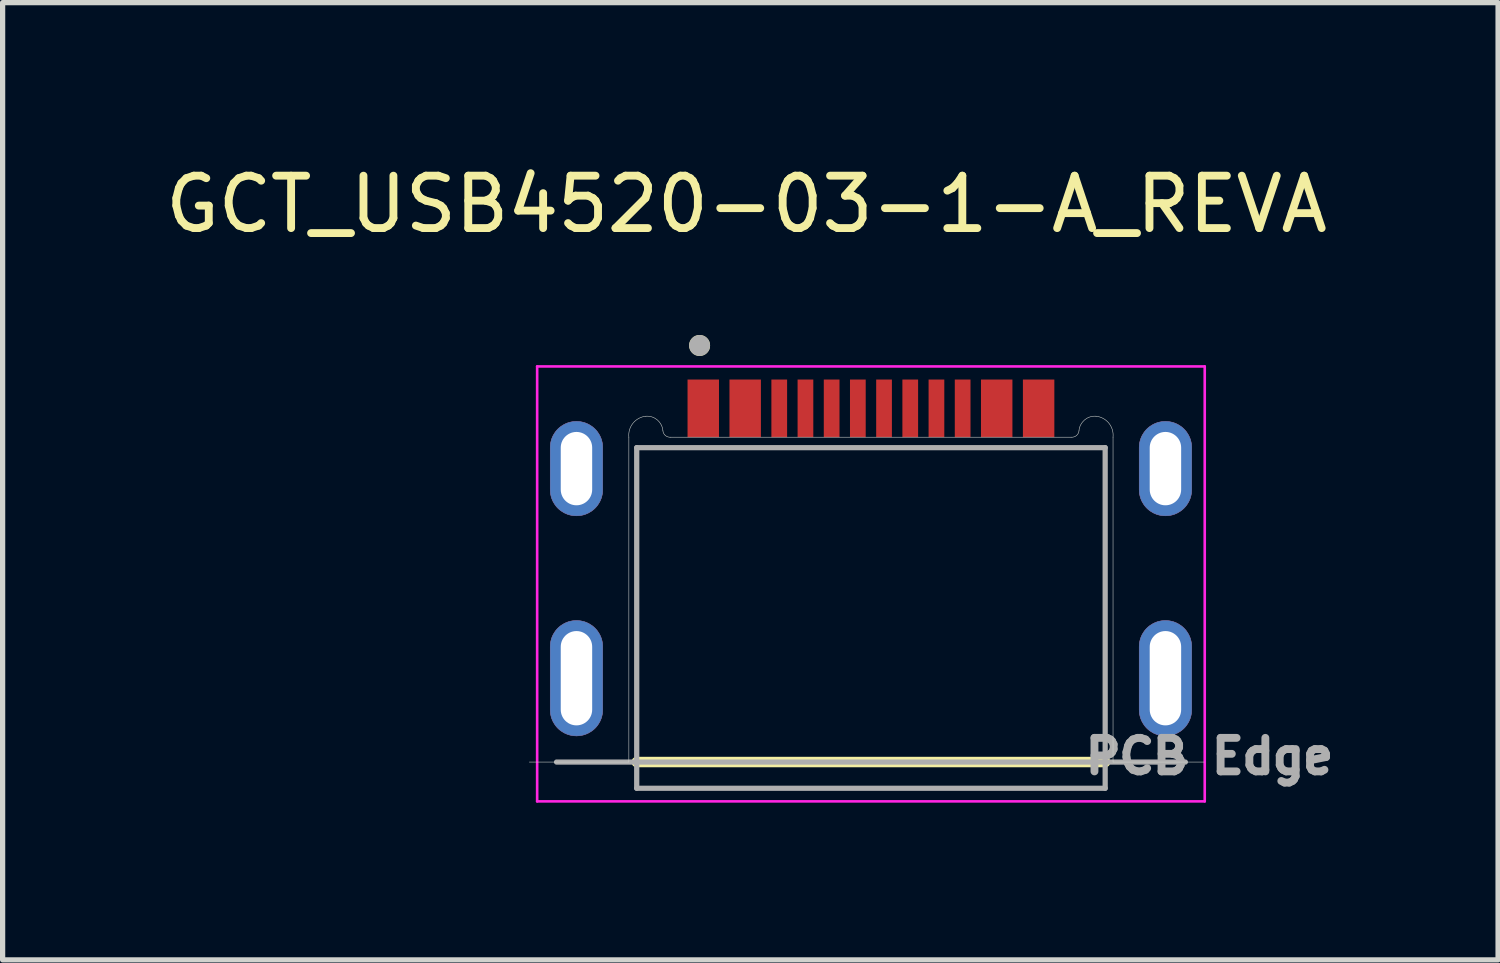
<source format=kicad_pcb>
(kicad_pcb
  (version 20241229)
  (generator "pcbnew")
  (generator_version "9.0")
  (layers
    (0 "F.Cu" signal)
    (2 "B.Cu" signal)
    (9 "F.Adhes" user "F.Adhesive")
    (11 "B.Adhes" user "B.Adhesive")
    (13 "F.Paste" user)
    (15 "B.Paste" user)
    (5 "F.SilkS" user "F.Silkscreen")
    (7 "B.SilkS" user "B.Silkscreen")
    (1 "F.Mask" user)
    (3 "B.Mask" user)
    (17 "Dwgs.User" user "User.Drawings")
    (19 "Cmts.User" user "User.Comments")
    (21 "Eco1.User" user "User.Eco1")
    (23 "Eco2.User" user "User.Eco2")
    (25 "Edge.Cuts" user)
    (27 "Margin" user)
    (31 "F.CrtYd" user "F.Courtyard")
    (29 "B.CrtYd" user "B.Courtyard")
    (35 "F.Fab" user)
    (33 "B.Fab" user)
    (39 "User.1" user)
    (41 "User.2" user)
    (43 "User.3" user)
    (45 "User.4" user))
  (footprint "GCT_USB4520-03-1-A_REVA"
    (layer "F.Cu")
    (at 13.571 9.893)
    (property "Reference" "GCT_USB4520-03-1-A_REVA" (at -2.375 -9.045 0) (layer "F.SilkS") (effects (font (size 1 1) (thickness 0.15))))
    (attr smd)
    (fp_poly (pts (xy -5.62 -3.1) (xy -5.646 -3.101) (xy -5.672 -3.103) (xy -5.698 -3.106) (xy -5.724 -3.111) (xy -5.749 -3.117) (xy -5.775 -3.124) (xy -5.799 -3.133) (xy -5.823 -3.143) (xy -5.847 -3.154) (xy -5.87 -3.167) (xy -5.892 -3.181) (xy -5.914 -3.195) (xy -5.935 -3.211) (xy -5.955 -3.228) (xy -5.974 -3.246) (xy -5.992 -3.265) (xy -6.009 -3.285) (xy -6.025 -3.306) (xy -6.039 -3.328) (xy -6.053 -3.35) (xy -6.066 -3.373) (xy -6.077 -3.397) (xy -6.087 -3.421) (xy -6.096 -3.445) (xy -6.103 -3.471) (xy -6.109 -3.496) (xy -6.114 -3.522) (xy -6.117 -3.548) (xy -6.119 -3.574) (xy -6.12 -3.6) (xy -6.12 -4.4) (xy -6.119 -4.426) (xy -6.117 -4.452) (xy -6.114 -4.478) (xy -6.109 -4.504) (xy -6.103 -4.529) (xy -6.096 -4.555) (xy -6.087 -4.579) (xy -6.077 -4.603) (xy -6.066 -4.627) (xy -6.053 -4.65) (xy -6.039 -4.672) (xy -6.025 -4.694) (xy -6.009 -4.715) (xy -5.992 -4.735) (xy -5.974 -4.754) (xy -5.955 -4.772) (xy -5.935 -4.789) (xy -5.914 -4.805) (xy -5.892 -4.819) (xy -5.87 -4.833) (xy -5.847 -4.846) (xy -5.823 -4.857) (xy -5.799 -4.867) (xy -5.775 -4.876) (xy -5.749 -4.883) (xy -5.724 -4.889) (xy -5.698 -4.894) (xy -5.672 -4.897) (xy -5.646 -4.899) (xy -5.62 -4.9) (xy -5.594 -4.899) (xy -5.568 -4.897) (xy -5.542 -4.894) (xy -5.516 -4.889) (xy -5.491 -4.883) (xy -5.465 -4.876) (xy -5.441 -4.867) (xy -5.417 -4.857) (xy -5.393 -4.846) (xy -5.37 -4.833) (xy -5.348 -4.819) (xy -5.326 -4.805) (xy -5.305 -4.789) (xy -5.285 -4.772) (xy -5.266 -4.754) (xy -5.248 -4.735) (xy -5.231 -4.715) (xy -5.215 -4.694) (xy -5.201 -4.672) (xy -5.187 -4.65) (xy -5.174 -4.627) (xy -5.163 -4.603) (xy -5.153 -4.579) (xy -5.144 -4.555) (xy -5.137 -4.529) (xy -5.131 -4.504) (xy -5.126 -4.478) (xy -5.123 -4.452) (xy -5.121 -4.426) (xy -5.12 -4.4) (xy -5.12 -3.6) (xy -5.121 -3.574) (xy -5.123 -3.548) (xy -5.126 -3.522) (xy -5.131 -3.496) (xy -5.137 -3.471) (xy -5.144 -3.445) (xy -5.153 -3.421) (xy -5.163 -3.397) (xy -5.174 -3.373) (xy -5.187 -3.35) (xy -5.201 -3.328) (xy -5.215 -3.306) (xy -5.231 -3.285) (xy -5.248 -3.265) (xy -5.266 -3.246) (xy -5.285 -3.228) (xy -5.305 -3.211) (xy -5.326 -3.195) (xy -5.348 -3.181) (xy -5.37 -3.167) (xy -5.393 -3.154) (xy -5.417 -3.143) (xy -5.441 -3.133) (xy -5.465 -3.124) (xy -5.491 -3.117) (xy -5.516 -3.111) (xy -5.542 -3.106) (xy -5.568 -3.103) (xy -5.594 -3.101) (xy -5.62 -3.1)) (stroke (width 0.01) (type solid)) (fill yes) (layer "F.Cu"))
    (fp_poly (pts (xy -5.62 1.1) (xy -5.646 1.099) (xy -5.672 1.097) (xy -5.698 1.094) (xy -5.724 1.089) (xy -5.749 1.083) (xy -5.775 1.076) (xy -5.799 1.067) (xy -5.823 1.057) (xy -5.847 1.046) (xy -5.87 1.033) (xy -5.892 1.019) (xy -5.914 1.005) (xy -5.935 0.989) (xy -5.955 0.972) (xy -5.974 0.954) (xy -5.992 0.935) (xy -6.009 0.915) (xy -6.025 0.894) (xy -6.039 0.872) (xy -6.053 0.85) (xy -6.066 0.827) (xy -6.077 0.803) (xy -6.087 0.779) (xy -6.096 0.755) (xy -6.103 0.729) (xy -6.109 0.704) (xy -6.114 0.678) (xy -6.117 0.652) (xy -6.119 0.626) (xy -6.12 0.6) (xy -6.12 -0.6) (xy -6.119 -0.626) (xy -6.117 -0.652) (xy -6.114 -0.678) (xy -6.109 -0.704) (xy -6.103 -0.729) (xy -6.096 -0.755) (xy -6.087 -0.779) (xy -6.077 -0.803) (xy -6.066 -0.827) (xy -6.053 -0.85) (xy -6.039 -0.872) (xy -6.025 -0.894) (xy -6.009 -0.915) (xy -5.992 -0.935) (xy -5.974 -0.954) (xy -5.955 -0.972) (xy -5.935 -0.989) (xy -5.914 -1.005) (xy -5.892 -1.019) (xy -5.87 -1.033) (xy -5.847 -1.046) (xy -5.823 -1.057) (xy -5.799 -1.067) (xy -5.775 -1.076) (xy -5.749 -1.083) (xy -5.724 -1.089) (xy -5.698 -1.094) (xy -5.672 -1.097) (xy -5.646 -1.099) (xy -5.62 -1.1) (xy -5.594 -1.099) (xy -5.568 -1.097) (xy -5.542 -1.094) (xy -5.516 -1.089) (xy -5.491 -1.083) (xy -5.465 -1.076) (xy -5.441 -1.067) (xy -5.417 -1.057) (xy -5.393 -1.046) (xy -5.37 -1.033) (xy -5.348 -1.019) (xy -5.326 -1.005) (xy -5.305 -0.989) (xy -5.285 -0.972) (xy -5.266 -0.954) (xy -5.248 -0.935) (xy -5.231 -0.915) (xy -5.215 -0.894) (xy -5.201 -0.872) (xy -5.187 -0.85) (xy -5.174 -0.827) (xy -5.163 -0.803) (xy -5.153 -0.779) (xy -5.144 -0.755) (xy -5.137 -0.729) (xy -5.131 -0.704) (xy -5.126 -0.678) (xy -5.123 -0.652) (xy -5.121 -0.626) (xy -5.12 -0.6) (xy -5.12 0.6) (xy -5.121 0.626) (xy -5.123 0.652) (xy -5.126 0.678) (xy -5.131 0.704) (xy -5.137 0.729) (xy -5.144 0.755) (xy -5.153 0.779) (xy -5.163 0.803) (xy -5.174 0.827) (xy -5.187 0.85) (xy -5.201 0.872) (xy -5.215 0.894) (xy -5.231 0.915) (xy -5.248 0.935) (xy -5.266 0.954) (xy -5.285 0.972) (xy -5.305 0.989) (xy -5.326 1.005) (xy -5.348 1.019) (xy -5.37 1.033) (xy -5.393 1.046) (xy -5.417 1.057) (xy -5.441 1.067) (xy -5.465 1.076) (xy -5.491 1.083) (xy -5.516 1.089) (xy -5.542 1.094) (xy -5.568 1.097) (xy -5.594 1.099) (xy -5.62 1.1)) (stroke (width 0.01) (type solid)) (fill yes) (layer "F.Cu"))
    (fp_poly (pts (xy 5.62 -3.1) (xy 5.594 -3.101) (xy 5.568 -3.103) (xy 5.542 -3.106) (xy 5.516 -3.111) (xy 5.491 -3.117) (xy 5.465 -3.124) (xy 5.441 -3.133) (xy 5.417 -3.143) (xy 5.393 -3.154) (xy 5.37 -3.167) (xy 5.348 -3.181) (xy 5.326 -3.195) (xy 5.305 -3.211) (xy 5.285 -3.228) (xy 5.266 -3.246) (xy 5.248 -3.265) (xy 5.231 -3.285) (xy 5.215 -3.306) (xy 5.201 -3.328) (xy 5.187 -3.35) (xy 5.174 -3.373) (xy 5.163 -3.397) (xy 5.153 -3.421) (xy 5.144 -3.445) (xy 5.137 -3.471) (xy 5.131 -3.496) (xy 5.126 -3.522) (xy 5.123 -3.548) (xy 5.121 -3.574) (xy 5.12 -3.6) (xy 5.12 -4.4) (xy 5.121 -4.426) (xy 5.123 -4.452) (xy 5.126 -4.478) (xy 5.131 -4.504) (xy 5.137 -4.529) (xy 5.144 -4.555) (xy 5.153 -4.579) (xy 5.163 -4.603) (xy 5.174 -4.627) (xy 5.187 -4.65) (xy 5.201 -4.672) (xy 5.215 -4.694) (xy 5.231 -4.715) (xy 5.248 -4.735) (xy 5.266 -4.754) (xy 5.285 -4.772) (xy 5.305 -4.789) (xy 5.326 -4.805) (xy 5.348 -4.819) (xy 5.37 -4.833) (xy 5.393 -4.846) (xy 5.417 -4.857) (xy 5.441 -4.867) (xy 5.465 -4.876) (xy 5.491 -4.883) (xy 5.516 -4.889) (xy 5.542 -4.894) (xy 5.568 -4.897) (xy 5.594 -4.899) (xy 5.62 -4.9) (xy 5.646 -4.899) (xy 5.672 -4.897) (xy 5.698 -4.894) (xy 5.724 -4.889) (xy 5.749 -4.883) (xy 5.775 -4.876) (xy 5.799 -4.867) (xy 5.823 -4.857) (xy 5.847 -4.846) (xy 5.87 -4.833) (xy 5.892 -4.819) (xy 5.914 -4.805) (xy 5.935 -4.789) (xy 5.955 -4.772) (xy 5.974 -4.754) (xy 5.992 -4.735) (xy 6.009 -4.715) (xy 6.025 -4.694) (xy 6.039 -4.672) (xy 6.053 -4.65) (xy 6.066 -4.627) (xy 6.077 -4.603) (xy 6.087 -4.579) (xy 6.096 -4.555) (xy 6.103 -4.529) (xy 6.109 -4.504) (xy 6.114 -4.478) (xy 6.117 -4.452) (xy 6.119 -4.426) (xy 6.12 -4.4) (xy 6.12 -3.6) (xy 6.119 -3.574) (xy 6.117 -3.548) (xy 6.114 -3.522) (xy 6.109 -3.496) (xy 6.103 -3.471) (xy 6.096 -3.445) (xy 6.087 -3.421) (xy 6.077 -3.397) (xy 6.066 -3.373) (xy 6.053 -3.35) (xy 6.039 -3.328) (xy 6.025 -3.306) (xy 6.009 -3.285) (xy 5.992 -3.265) (xy 5.974 -3.246) (xy 5.955 -3.228) (xy 5.935 -3.211) (xy 5.914 -3.195) (xy 5.892 -3.181) (xy 5.87 -3.167) (xy 5.847 -3.154) (xy 5.823 -3.143) (xy 5.799 -3.133) (xy 5.775 -3.124) (xy 5.749 -3.117) (xy 5.724 -3.111) (xy 5.698 -3.106) (xy 5.672 -3.103) (xy 5.646 -3.101) (xy 5.62 -3.1)) (stroke (width 0.01) (type solid)) (fill yes) (layer "F.Cu"))
    (fp_poly (pts (xy 5.62 1.1) (xy 5.594 1.099) (xy 5.568 1.097) (xy 5.542 1.094) (xy 5.516 1.089) (xy 5.491 1.083) (xy 5.465 1.076) (xy 5.441 1.067) (xy 5.417 1.057) (xy 5.393 1.046) (xy 5.37 1.033) (xy 5.348 1.019) (xy 5.326 1.005) (xy 5.305 0.989) (xy 5.285 0.972) (xy 5.266 0.954) (xy 5.248 0.935) (xy 5.231 0.915) (xy 5.215 0.894) (xy 5.201 0.872) (xy 5.187 0.85) (xy 5.174 0.827) (xy 5.163 0.803) (xy 5.153 0.779) (xy 5.144 0.755) (xy 5.137 0.729) (xy 5.131 0.704) (xy 5.126 0.678) (xy 5.123 0.652) (xy 5.121 0.626) (xy 5.12 0.6) (xy 5.12 -0.6) (xy 5.121 -0.626) (xy 5.123 -0.652) (xy 5.126 -0.678) (xy 5.131 -0.704) (xy 5.137 -0.729) (xy 5.144 -0.755) (xy 5.153 -0.779) (xy 5.163 -0.803) (xy 5.174 -0.827) (xy 5.187 -0.85) (xy 5.201 -0.872) (xy 5.215 -0.894) (xy 5.231 -0.915) (xy 5.248 -0.935) (xy 5.266 -0.954) (xy 5.285 -0.972) (xy 5.305 -0.989) (xy 5.326 -1.005) (xy 5.348 -1.019) (xy 5.37 -1.033) (xy 5.393 -1.046) (xy 5.417 -1.057) (xy 5.441 -1.067) (xy 5.465 -1.076) (xy 5.491 -1.083) (xy 5.516 -1.089) (xy 5.542 -1.094) (xy 5.568 -1.097) (xy 5.594 -1.099) (xy 5.62 -1.1) (xy 5.646 -1.099) (xy 5.672 -1.097) (xy 5.698 -1.094) (xy 5.724 -1.089) (xy 5.749 -1.083) (xy 5.775 -1.076) (xy 5.799 -1.067) (xy 5.823 -1.057) (xy 5.847 -1.046) (xy 5.87 -1.033) (xy 5.892 -1.019) (xy 5.914 -1.005) (xy 5.935 -0.989) (xy 5.955 -0.972) (xy 5.974 -0.954) (xy 5.992 -0.935) (xy 6.009 -0.915) (xy 6.025 -0.894) (xy 6.039 -0.872) (xy 6.053 -0.85) (xy 6.066 -0.827) (xy 6.077 -0.803) (xy 6.087 -0.779) (xy 6.096 -0.755) (xy 6.103 -0.729) (xy 6.109 -0.704) (xy 6.114 -0.678) (xy 6.117 -0.652) (xy 6.119 -0.626) (xy 6.12 -0.6) (xy 6.12 0.6) (xy 6.119 0.626) (xy 6.117 0.652) (xy 6.114 0.678) (xy 6.109 0.704) (xy 6.103 0.729) (xy 6.096 0.755) (xy 6.087 0.779) (xy 6.077 0.803) (xy 6.066 0.827) (xy 6.053 0.85) (xy 6.039 0.872) (xy 6.025 0.894) (xy 6.009 0.915) (xy 5.992 0.935) (xy 5.974 0.954) (xy 5.955 0.972) (xy 5.935 0.989) (xy 5.914 1.005) (xy 5.892 1.019) (xy 5.87 1.033) (xy 5.847 1.046) (xy 5.823 1.057) (xy 5.799 1.067) (xy 5.775 1.076) (xy 5.749 1.083) (xy 5.724 1.089) (xy 5.698 1.094) (xy 5.672 1.097) (xy 5.646 1.099) (xy 5.62 1.1)) (stroke (width 0.01) (type solid)) (fill yes) (layer "F.Cu"))
    (fp_poly (pts (xy -6.22 -3.6) (xy -6.22 -4.4) (xy -6.219 -4.431) (xy -6.217 -4.463) (xy -6.213 -4.494) (xy -6.207 -4.525) (xy -6.2 -4.555) (xy -6.191 -4.585) (xy -6.18 -4.615) (xy -6.168 -4.644) (xy -6.155 -4.672) (xy -6.14 -4.7) (xy -6.123 -4.727) (xy -6.105 -4.753) (xy -6.086 -4.778) (xy -6.066 -4.801) (xy -6.044 -4.824) (xy -6.021 -4.846) (xy -5.998 -4.866) (xy -5.973 -4.885) (xy -5.947 -4.903) (xy -5.92 -4.92) (xy -5.892 -4.935) (xy -5.864 -4.948) (xy -5.835 -4.96) (xy -5.805 -4.971) (xy -5.775 -4.98) (xy -5.745 -4.987) (xy -5.714 -4.993) (xy -5.683 -4.997) (xy -5.651 -4.999) (xy -5.62 -5) (xy -5.589 -4.999) (xy -5.557 -4.997) (xy -5.526 -4.993) (xy -5.495 -4.987) (xy -5.465 -4.98) (xy -5.435 -4.971) (xy -5.405 -4.96) (xy -5.376 -4.948) (xy -5.348 -4.935) (xy -5.32 -4.92) (xy -5.293 -4.903) (xy -5.267 -4.885) (xy -5.242 -4.866) (xy -5.219 -4.846) (xy -5.196 -4.824) (xy -5.174 -4.801) (xy -5.154 -4.778) (xy -5.135 -4.753) (xy -5.117 -4.727) (xy -5.1 -4.7) (xy -5.085 -4.672) (xy -5.072 -4.644) (xy -5.06 -4.615) (xy -5.049 -4.585) (xy -5.04 -4.555) (xy -5.033 -4.525) (xy -5.027 -4.494) (xy -5.023 -4.463) (xy -5.021 -4.431) (xy -5.02 -4.4) (xy -5.02 -3.6) (xy -5.021 -3.569) (xy -5.023 -3.537) (xy -5.027 -3.506) (xy -5.033 -3.475) (xy -5.04 -3.445) (xy -5.049 -3.415) (xy -5.06 -3.385) (xy -5.072 -3.356) (xy -5.085 -3.328) (xy -5.1 -3.3) (xy -5.117 -3.273) (xy -5.135 -3.247) (xy -5.154 -3.222) (xy -5.174 -3.199) (xy -5.196 -3.176) (xy -5.219 -3.154) (xy -5.242 -3.134) (xy -5.267 -3.115) (xy -5.293 -3.097) (xy -5.32 -3.08) (xy -5.348 -3.065) (xy -5.376 -3.052) (xy -5.405 -3.04) (xy -5.435 -3.029) (xy -5.465 -3.02) (xy -5.495 -3.013) (xy -5.526 -3.007) (xy -5.557 -3.003) (xy -5.589 -3.001) (xy -5.62 -3) (xy -5.651 -3.001) (xy -5.683 -3.003) (xy -5.714 -3.007) (xy -5.745 -3.013) (xy -5.775 -3.02) (xy -5.805 -3.029) (xy -5.835 -3.04) (xy -5.864 -3.052) (xy -5.892 -3.065) (xy -5.92 -3.08) (xy -5.947 -3.097) (xy -5.973 -3.115) (xy -5.998 -3.134) (xy -6.021 -3.154) (xy -6.044 -3.176) (xy -6.066 -3.199) (xy -6.086 -3.222) (xy -6.105 -3.247) (xy -6.123 -3.273) (xy -6.14 -3.3) (xy -6.155 -3.328) (xy -6.168 -3.356) (xy -6.18 -3.385) (xy -6.191 -3.415) (xy -6.2 -3.445) (xy -6.207 -3.475) (xy -6.213 -3.506) (xy -6.217 -3.537) (xy -6.219 -3.569) (xy -6.22 -3.6)) (stroke (width 0.01) (type solid)) (fill yes) (layer "F.Mask"))
    (fp_poly (pts (xy -6.22 0.6) (xy -6.22 -0.6) (xy -6.219 -0.631) (xy -6.217 -0.663) (xy -6.213 -0.694) (xy -6.207 -0.725) (xy -6.2 -0.755) (xy -6.191 -0.785) (xy -6.18 -0.815) (xy -6.168 -0.844) (xy -6.155 -0.872) (xy -6.14 -0.9) (xy -6.123 -0.927) (xy -6.105 -0.953) (xy -6.086 -0.978) (xy -6.066 -1.001) (xy -6.044 -1.024) (xy -6.021 -1.046) (xy -5.998 -1.066) (xy -5.973 -1.085) (xy -5.947 -1.103) (xy -5.92 -1.12) (xy -5.892 -1.135) (xy -5.864 -1.148) (xy -5.835 -1.16) (xy -5.805 -1.171) (xy -5.775 -1.18) (xy -5.745 -1.187) (xy -5.714 -1.193) (xy -5.683 -1.197) (xy -5.651 -1.199) (xy -5.62 -1.2) (xy -5.589 -1.199) (xy -5.557 -1.197) (xy -5.526 -1.193) (xy -5.495 -1.187) (xy -5.465 -1.18) (xy -5.435 -1.171) (xy -5.405 -1.16) (xy -5.376 -1.148) (xy -5.348 -1.135) (xy -5.32 -1.12) (xy -5.293 -1.103) (xy -5.267 -1.085) (xy -5.242 -1.066) (xy -5.219 -1.046) (xy -5.196 -1.024) (xy -5.174 -1.001) (xy -5.154 -0.978) (xy -5.135 -0.953) (xy -5.117 -0.927) (xy -5.1 -0.9) (xy -5.085 -0.872) (xy -5.072 -0.844) (xy -5.06 -0.815) (xy -5.049 -0.785) (xy -5.04 -0.755) (xy -5.033 -0.725) (xy -5.027 -0.694) (xy -5.023 -0.663) (xy -5.021 -0.631) (xy -5.02 -0.6) (xy -5.02 0.6) (xy -5.021 0.631) (xy -5.023 0.663) (xy -5.027 0.694) (xy -5.033 0.725) (xy -5.04 0.755) (xy -5.049 0.785) (xy -5.06 0.815) (xy -5.072 0.844) (xy -5.085 0.872) (xy -5.1 0.9) (xy -5.117 0.927) (xy -5.135 0.953) (xy -5.154 0.978) (xy -5.174 1.001) (xy -5.196 1.024) (xy -5.219 1.046) (xy -5.242 1.066) (xy -5.267 1.085) (xy -5.293 1.103) (xy -5.32 1.12) (xy -5.348 1.135) (xy -5.376 1.148) (xy -5.405 1.16) (xy -5.435 1.171) (xy -5.465 1.18) (xy -5.495 1.187) (xy -5.526 1.193) (xy -5.557 1.197) (xy -5.589 1.199) (xy -5.62 1.2) (xy -5.651 1.199) (xy -5.683 1.197) (xy -5.714 1.193) (xy -5.745 1.187) (xy -5.775 1.18) (xy -5.805 1.171) (xy -5.835 1.16) (xy -5.864 1.148) (xy -5.892 1.135) (xy -5.92 1.12) (xy -5.947 1.103) (xy -5.973 1.085) (xy -5.998 1.066) (xy -6.021 1.046) (xy -6.044 1.024) (xy -6.066 1.001) (xy -6.086 0.978) (xy -6.105 0.953) (xy -6.123 0.927) (xy -6.14 0.9) (xy -6.155 0.872) (xy -6.168 0.844) (xy -6.18 0.815) (xy -6.191 0.785) (xy -6.2 0.755) (xy -6.207 0.725) (xy -6.213 0.694) (xy -6.217 0.663) (xy -6.219 0.631) (xy -6.22 0.6)) (stroke (width 0.01) (type solid)) (fill yes) (layer "F.Mask"))
    (fp_poly (pts (xy 5.02 -3.6) (xy 5.02 -4.4) (xy 5.021 -4.431) (xy 5.023 -4.463) (xy 5.027 -4.494) (xy 5.033 -4.525) (xy 5.04 -4.555) (xy 5.049 -4.585) (xy 5.06 -4.615) (xy 5.072 -4.644) (xy 5.085 -4.672) (xy 5.1 -4.7) (xy 5.117 -4.727) (xy 5.135 -4.753) (xy 5.154 -4.778) (xy 5.174 -4.801) (xy 5.196 -4.824) (xy 5.219 -4.846) (xy 5.242 -4.866) (xy 5.267 -4.885) (xy 5.293 -4.903) (xy 5.32 -4.92) (xy 5.348 -4.935) (xy 5.376 -4.948) (xy 5.405 -4.96) (xy 5.435 -4.971) (xy 5.465 -4.98) (xy 5.495 -4.987) (xy 5.526 -4.993) (xy 5.557 -4.997) (xy 5.589 -4.999) (xy 5.62 -5) (xy 5.651 -4.999) (xy 5.683 -4.997) (xy 5.714 -4.993) (xy 5.745 -4.987) (xy 5.775 -4.98) (xy 5.805 -4.971) (xy 5.835 -4.96) (xy 5.864 -4.948) (xy 5.892 -4.935) (xy 5.92 -4.92) (xy 5.947 -4.903) (xy 5.973 -4.885) (xy 5.998 -4.866) (xy 6.021 -4.846) (xy 6.044 -4.824) (xy 6.066 -4.801) (xy 6.086 -4.778) (xy 6.105 -4.753) (xy 6.123 -4.727) (xy 6.14 -4.7) (xy 6.155 -4.672) (xy 6.168 -4.644) (xy 6.18 -4.615) (xy 6.191 -4.585) (xy 6.2 -4.555) (xy 6.207 -4.525) (xy 6.213 -4.494) (xy 6.217 -4.463) (xy 6.219 -4.431) (xy 6.22 -4.4) (xy 6.22 -3.6) (xy 6.219 -3.569) (xy 6.217 -3.537) (xy 6.213 -3.506) (xy 6.207 -3.475) (xy 6.2 -3.445) (xy 6.191 -3.415) (xy 6.18 -3.385) (xy 6.168 -3.356) (xy 6.155 -3.328) (xy 6.14 -3.3) (xy 6.123 -3.273) (xy 6.105 -3.247) (xy 6.086 -3.222) (xy 6.066 -3.199) (xy 6.044 -3.176) (xy 6.021 -3.154) (xy 5.998 -3.134) (xy 5.973 -3.115) (xy 5.947 -3.097) (xy 5.92 -3.08) (xy 5.892 -3.065) (xy 5.864 -3.052) (xy 5.835 -3.04) (xy 5.805 -3.029) (xy 5.775 -3.02) (xy 5.745 -3.013) (xy 5.714 -3.007) (xy 5.683 -3.003) (xy 5.651 -3.001) (xy 5.62 -3) (xy 5.589 -3.001) (xy 5.557 -3.003) (xy 5.526 -3.007) (xy 5.495 -3.013) (xy 5.465 -3.02) (xy 5.435 -3.029) (xy 5.405 -3.04) (xy 5.376 -3.052) (xy 5.348 -3.065) (xy 5.32 -3.08) (xy 5.293 -3.097) (xy 5.267 -3.115) (xy 5.242 -3.134) (xy 5.219 -3.154) (xy 5.196 -3.176) (xy 5.174 -3.199) (xy 5.154 -3.222) (xy 5.135 -3.247) (xy 5.117 -3.273) (xy 5.1 -3.3) (xy 5.085 -3.328) (xy 5.072 -3.356) (xy 5.06 -3.385) (xy 5.049 -3.415) (xy 5.04 -3.445) (xy 5.033 -3.475) (xy 5.027 -3.506) (xy 5.023 -3.537) (xy 5.021 -3.569) (xy 5.02 -3.6)) (stroke (width 0.01) (type solid)) (fill yes) (layer "F.Mask"))
    (fp_poly (pts (xy 5.02 0) (xy 5.02 -0.6) (xy 5.021 -0.631) (xy 5.023 -0.663) (xy 5.027 -0.694) (xy 5.033 -0.725) (xy 5.04 -0.755) (xy 5.049 -0.785) (xy 5.06 -0.815) (xy 5.072 -0.844) (xy 5.085 -0.872) (xy 5.1 -0.9) (xy 5.117 -0.927) (xy 5.135 -0.953) (xy 5.154 -0.978) (xy 5.174 -1.001) (xy 5.196 -1.024) (xy 5.219 -1.046) (xy 5.242 -1.066) (xy 5.267 -1.085) (xy 5.293 -1.103) (xy 5.32 -1.12) (xy 5.348 -1.135) (xy 5.376 -1.148) (xy 5.405 -1.16) (xy 5.435 -1.171) (xy 5.465 -1.18) (xy 5.495 -1.187) (xy 5.526 -1.193) (xy 5.557 -1.197) (xy 5.589 -1.199) (xy 5.62 -1.2) (xy 5.651 -1.199) (xy 5.683 -1.197) (xy 5.714 -1.193) (xy 5.745 -1.187) (xy 5.775 -1.18) (xy 5.805 -1.171) (xy 5.835 -1.16) (xy 5.864 -1.148) (xy 5.892 -1.135) (xy 5.92 -1.12) (xy 5.947 -1.103) (xy 5.973 -1.085) (xy 5.998 -1.066) (xy 6.021 -1.046) (xy 6.044 -1.024) (xy 6.066 -1.001) (xy 6.086 -0.978) (xy 6.105 -0.953) (xy 6.123 -0.927) (xy 6.14 -0.9) (xy 6.155 -0.872) (xy 6.168 -0.844) (xy 6.18 -0.815) (xy 6.191 -0.785) (xy 6.2 -0.755) (xy 6.207 -0.725) (xy 6.213 -0.694) (xy 6.217 -0.663) (xy 6.219 -0.631) (xy 6.22 -0.6) (xy 6.22 0) (xy 6.22 0.6) (xy 6.219 0.631) (xy 6.217 0.663) (xy 6.213 0.694) (xy 6.207 0.725) (xy 6.2 0.755) (xy 6.191 0.785) (xy 6.18 0.815) (xy 6.168 0.844) (xy 6.155 0.872) (xy 6.14 0.9) (xy 6.123 0.927) (xy 6.105 0.953) (xy 6.086 0.978) (xy 6.066 1.001) (xy 6.044 1.024) (xy 6.021 1.046) (xy 5.998 1.066) (xy 5.973 1.085) (xy 5.947 1.103) (xy 5.92 1.12) (xy 5.892 1.135) (xy 5.864 1.148) (xy 5.835 1.16) (xy 5.805 1.171) (xy 5.775 1.18) (xy 5.745 1.187) (xy 5.714 1.193) (xy 5.683 1.197) (xy 5.651 1.199) (xy 5.62 1.2) (xy 5.589 1.199) (xy 5.557 1.197) (xy 5.526 1.193) (xy 5.495 1.187) (xy 5.465 1.18) (xy 5.435 1.171) (xy 5.405 1.16) (xy 5.376 1.148) (xy 5.348 1.135) (xy 5.32 1.12) (xy 5.293 1.103) (xy 5.267 1.085) (xy 5.242 1.066) (xy 5.219 1.046) (xy 5.196 1.024) (xy 5.174 1.001) (xy 5.154 0.978) (xy 5.135 0.953) (xy 5.117 0.927) (xy 5.1 0.9) (xy 5.085 0.872) (xy 5.072 0.844) (xy 5.06 0.815) (xy 5.049 0.785) (xy 5.04 0.755) (xy 5.033 0.725) (xy 5.027 0.694) (xy 5.023 0.663) (xy 5.021 0.631) (xy 5.02 0.6) (xy 5.02 0)) (stroke (width 0.01) (type solid)) (fill yes) (layer "F.Mask"))
    (fp_poly (pts (xy -5.62 -3.1) (xy -5.646 -3.101) (xy -5.672 -3.103) (xy -5.698 -3.106) (xy -5.724 -3.111) (xy -5.749 -3.117) (xy -5.775 -3.124) (xy -5.799 -3.133) (xy -5.823 -3.143) (xy -5.847 -3.154) (xy -5.87 -3.167) (xy -5.892 -3.181) (xy -5.914 -3.195) (xy -5.935 -3.211) (xy -5.955 -3.228) (xy -5.974 -3.246) (xy -5.992 -3.265) (xy -6.009 -3.285) (xy -6.025 -3.306) (xy -6.039 -3.328) (xy -6.053 -3.35) (xy -6.066 -3.373) (xy -6.077 -3.397) (xy -6.087 -3.421) (xy -6.096 -3.445) (xy -6.103 -3.471) (xy -6.109 -3.496) (xy -6.114 -3.522) (xy -6.117 -3.548) (xy -6.119 -3.574) (xy -6.12 -3.6) (xy -6.12 -4.4) (xy -6.119 -4.426) (xy -6.117 -4.452) (xy -6.114 -4.478) (xy -6.109 -4.504) (xy -6.103 -4.529) (xy -6.096 -4.555) (xy -6.087 -4.579) (xy -6.077 -4.603) (xy -6.066 -4.627) (xy -6.053 -4.65) (xy -6.039 -4.672) (xy -6.025 -4.694) (xy -6.009 -4.715) (xy -5.992 -4.735) (xy -5.974 -4.754) (xy -5.955 -4.772) (xy -5.935 -4.789) (xy -5.914 -4.805) (xy -5.892 -4.819) (xy -5.87 -4.833) (xy -5.847 -4.846) (xy -5.823 -4.857) (xy -5.799 -4.867) (xy -5.775 -4.876) (xy -5.749 -4.883) (xy -5.724 -4.889) (xy -5.698 -4.894) (xy -5.672 -4.897) (xy -5.646 -4.899) (xy -5.62 -4.9) (xy -5.594 -4.899) (xy -5.568 -4.897) (xy -5.542 -4.894) (xy -5.516 -4.889) (xy -5.491 -4.883) (xy -5.465 -4.876) (xy -5.441 -4.867) (xy -5.417 -4.857) (xy -5.393 -4.846) (xy -5.37 -4.833) (xy -5.348 -4.819) (xy -5.326 -4.805) (xy -5.305 -4.789) (xy -5.285 -4.772) (xy -5.266 -4.754) (xy -5.248 -4.735) (xy -5.231 -4.715) (xy -5.215 -4.694) (xy -5.201 -4.672) (xy -5.187 -4.65) (xy -5.174 -4.627) (xy -5.163 -4.603) (xy -5.153 -4.579) (xy -5.144 -4.555) (xy -5.137 -4.529) (xy -5.131 -4.504) (xy -5.126 -4.478) (xy -5.123 -4.452) (xy -5.121 -4.426) (xy -5.12 -4.4) (xy -5.12 -3.6) (xy -5.121 -3.574) (xy -5.123 -3.548) (xy -5.126 -3.522) (xy -5.131 -3.496) (xy -5.137 -3.471) (xy -5.144 -3.445) (xy -5.153 -3.421) (xy -5.163 -3.397) (xy -5.174 -3.373) (xy -5.187 -3.35) (xy -5.201 -3.328) (xy -5.215 -3.306) (xy -5.231 -3.285) (xy -5.248 -3.265) (xy -5.266 -3.246) (xy -5.285 -3.228) (xy -5.305 -3.211) (xy -5.326 -3.195) (xy -5.348 -3.181) (xy -5.37 -3.167) (xy -5.393 -3.154) (xy -5.417 -3.143) (xy -5.441 -3.133) (xy -5.465 -3.124) (xy -5.491 -3.117) (xy -5.516 -3.111) (xy -5.542 -3.106) (xy -5.568 -3.103) (xy -5.594 -3.101) (xy -5.62 -3.1)) (stroke (width 0.01) (type solid)) (fill yes) (layer "B.Cu"))
    (fp_poly (pts (xy -5.62 1.1) (xy -5.646 1.099) (xy -5.672 1.097) (xy -5.698 1.094) (xy -5.724 1.089) (xy -5.749 1.083) (xy -5.775 1.076) (xy -5.799 1.067) (xy -5.823 1.057) (xy -5.847 1.046) (xy -5.87 1.033) (xy -5.892 1.019) (xy -5.914 1.005) (xy -5.935 0.989) (xy -5.955 0.972) (xy -5.974 0.954) (xy -5.992 0.935) (xy -6.009 0.915) (xy -6.025 0.894) (xy -6.039 0.872) (xy -6.053 0.85) (xy -6.066 0.827) (xy -6.077 0.803) (xy -6.087 0.779) (xy -6.096 0.755) (xy -6.103 0.729) (xy -6.109 0.704) (xy -6.114 0.678) (xy -6.117 0.652) (xy -6.119 0.626) (xy -6.12 0.6) (xy -6.12 -0.6) (xy -6.119 -0.626) (xy -6.117 -0.652) (xy -6.114 -0.678) (xy -6.109 -0.704) (xy -6.103 -0.729) (xy -6.096 -0.755) (xy -6.087 -0.779) (xy -6.077 -0.803) (xy -6.066 -0.827) (xy -6.053 -0.85) (xy -6.039 -0.872) (xy -6.025 -0.894) (xy -6.009 -0.915) (xy -5.992 -0.935) (xy -5.974 -0.954) (xy -5.955 -0.972) (xy -5.935 -0.989) (xy -5.914 -1.005) (xy -5.892 -1.019) (xy -5.87 -1.033) (xy -5.847 -1.046) (xy -5.823 -1.057) (xy -5.799 -1.067) (xy -5.775 -1.076) (xy -5.749 -1.083) (xy -5.724 -1.089) (xy -5.698 -1.094) (xy -5.672 -1.097) (xy -5.646 -1.099) (xy -5.62 -1.1) (xy -5.594 -1.099) (xy -5.568 -1.097) (xy -5.542 -1.094) (xy -5.516 -1.089) (xy -5.491 -1.083) (xy -5.465 -1.076) (xy -5.441 -1.067) (xy -5.417 -1.057) (xy -5.393 -1.046) (xy -5.37 -1.033) (xy -5.348 -1.019) (xy -5.326 -1.005) (xy -5.305 -0.989) (xy -5.285 -0.972) (xy -5.266 -0.954) (xy -5.248 -0.935) (xy -5.231 -0.915) (xy -5.215 -0.894) (xy -5.201 -0.872) (xy -5.187 -0.85) (xy -5.174 -0.827) (xy -5.163 -0.803) (xy -5.153 -0.779) (xy -5.144 -0.755) (xy -5.137 -0.729) (xy -5.131 -0.704) (xy -5.126 -0.678) (xy -5.123 -0.652) (xy -5.121 -0.626) (xy -5.12 -0.6) (xy -5.12 0.6) (xy -5.121 0.626) (xy -5.123 0.652) (xy -5.126 0.678) (xy -5.131 0.704) (xy -5.137 0.729) (xy -5.144 0.755) (xy -5.153 0.779) (xy -5.163 0.803) (xy -5.174 0.827) (xy -5.187 0.85) (xy -5.201 0.872) (xy -5.215 0.894) (xy -5.231 0.915) (xy -5.248 0.935) (xy -5.266 0.954) (xy -5.285 0.972) (xy -5.305 0.989) (xy -5.326 1.005) (xy -5.348 1.019) (xy -5.37 1.033) (xy -5.393 1.046) (xy -5.417 1.057) (xy -5.441 1.067) (xy -5.465 1.076) (xy -5.491 1.083) (xy -5.516 1.089) (xy -5.542 1.094) (xy -5.568 1.097) (xy -5.594 1.099) (xy -5.62 1.1)) (stroke (width 0.01) (type solid)) (fill yes) (layer "B.Cu"))
    (fp_poly (pts (xy 5.62 -3.1) (xy 5.594 -3.101) (xy 5.568 -3.103) (xy 5.542 -3.106) (xy 5.516 -3.111) (xy 5.491 -3.117) (xy 5.465 -3.124) (xy 5.441 -3.133) (xy 5.417 -3.143) (xy 5.393 -3.154) (xy 5.37 -3.167) (xy 5.348 -3.181) (xy 5.326 -3.195) (xy 5.305 -3.211) (xy 5.285 -3.228) (xy 5.266 -3.246) (xy 5.248 -3.265) (xy 5.231 -3.285) (xy 5.215 -3.306) (xy 5.201 -3.328) (xy 5.187 -3.35) (xy 5.174 -3.373) (xy 5.163 -3.397) (xy 5.153 -3.421) (xy 5.144 -3.445) (xy 5.137 -3.471) (xy 5.131 -3.496) (xy 5.126 -3.522) (xy 5.123 -3.548) (xy 5.121 -3.574) (xy 5.12 -3.6) (xy 5.12 -4.4) (xy 5.121 -4.426) (xy 5.123 -4.452) (xy 5.126 -4.478) (xy 5.131 -4.504) (xy 5.137 -4.529) (xy 5.144 -4.555) (xy 5.153 -4.579) (xy 5.163 -4.603) (xy 5.174 -4.627) (xy 5.187 -4.65) (xy 5.201 -4.672) (xy 5.215 -4.694) (xy 5.231 -4.715) (xy 5.248 -4.735) (xy 5.266 -4.754) (xy 5.285 -4.772) (xy 5.305 -4.789) (xy 5.326 -4.805) (xy 5.348 -4.819) (xy 5.37 -4.833) (xy 5.393 -4.846) (xy 5.417 -4.857) (xy 5.441 -4.867) (xy 5.465 -4.876) (xy 5.491 -4.883) (xy 5.516 -4.889) (xy 5.542 -4.894) (xy 5.568 -4.897) (xy 5.594 -4.899) (xy 5.62 -4.9) (xy 5.646 -4.899) (xy 5.672 -4.897) (xy 5.698 -4.894) (xy 5.724 -4.889) (xy 5.749 -4.883) (xy 5.775 -4.876) (xy 5.799 -4.867) (xy 5.823 -4.857) (xy 5.847 -4.846) (xy 5.87 -4.833) (xy 5.892 -4.819) (xy 5.914 -4.805) (xy 5.935 -4.789) (xy 5.955 -4.772) (xy 5.974 -4.754) (xy 5.992 -4.735) (xy 6.009 -4.715) (xy 6.025 -4.694) (xy 6.039 -4.672) (xy 6.053 -4.65) (xy 6.066 -4.627) (xy 6.077 -4.603) (xy 6.087 -4.579) (xy 6.096 -4.555) (xy 6.103 -4.529) (xy 6.109 -4.504) (xy 6.114 -4.478) (xy 6.117 -4.452) (xy 6.119 -4.426) (xy 6.12 -4.4) (xy 6.12 -3.6) (xy 6.119 -3.574) (xy 6.117 -3.548) (xy 6.114 -3.522) (xy 6.109 -3.496) (xy 6.103 -3.471) (xy 6.096 -3.445) (xy 6.087 -3.421) (xy 6.077 -3.397) (xy 6.066 -3.373) (xy 6.053 -3.35) (xy 6.039 -3.328) (xy 6.025 -3.306) (xy 6.009 -3.285) (xy 5.992 -3.265) (xy 5.974 -3.246) (xy 5.955 -3.228) (xy 5.935 -3.211) (xy 5.914 -3.195) (xy 5.892 -3.181) (xy 5.87 -3.167) (xy 5.847 -3.154) (xy 5.823 -3.143) (xy 5.799 -3.133) (xy 5.775 -3.124) (xy 5.749 -3.117) (xy 5.724 -3.111) (xy 5.698 -3.106) (xy 5.672 -3.103) (xy 5.646 -3.101) (xy 5.62 -3.1)) (stroke (width 0.01) (type solid)) (fill yes) (layer "B.Cu"))
    (fp_poly (pts (xy 5.62 1.1) (xy 5.594 1.099) (xy 5.568 1.097) (xy 5.542 1.094) (xy 5.516 1.089) (xy 5.491 1.083) (xy 5.465 1.076) (xy 5.441 1.067) (xy 5.417 1.057) (xy 5.393 1.046) (xy 5.37 1.033) (xy 5.348 1.019) (xy 5.326 1.005) (xy 5.305 0.989) (xy 5.285 0.972) (xy 5.266 0.954) (xy 5.248 0.935) (xy 5.231 0.915) (xy 5.215 0.894) (xy 5.201 0.872) (xy 5.187 0.85) (xy 5.174 0.827) (xy 5.163 0.803) (xy 5.153 0.779) (xy 5.144 0.755) (xy 5.137 0.729) (xy 5.131 0.704) (xy 5.126 0.678) (xy 5.123 0.652) (xy 5.121 0.626) (xy 5.12 0.6) (xy 5.12 -0.6) (xy 5.121 -0.626) (xy 5.123 -0.652) (xy 5.126 -0.678) (xy 5.131 -0.704) (xy 5.137 -0.729) (xy 5.144 -0.755) (xy 5.153 -0.779) (xy 5.163 -0.803) (xy 5.174 -0.827) (xy 5.187 -0.85) (xy 5.201 -0.872) (xy 5.215 -0.894) (xy 5.231 -0.915) (xy 5.248 -0.935) (xy 5.266 -0.954) (xy 5.285 -0.972) (xy 5.305 -0.989) (xy 5.326 -1.005) (xy 5.348 -1.019) (xy 5.37 -1.033) (xy 5.393 -1.046) (xy 5.417 -1.057) (xy 5.441 -1.067) (xy 5.465 -1.076) (xy 5.491 -1.083) (xy 5.516 -1.089) (xy 5.542 -1.094) (xy 5.568 -1.097) (xy 5.594 -1.099) (xy 5.62 -1.1) (xy 5.646 -1.099) (xy 5.672 -1.097) (xy 5.698 -1.094) (xy 5.724 -1.089) (xy 5.749 -1.083) (xy 5.775 -1.076) (xy 5.799 -1.067) (xy 5.823 -1.057) (xy 5.847 -1.046) (xy 5.87 -1.033) (xy 5.892 -1.019) (xy 5.914 -1.005) (xy 5.935 -0.989) (xy 5.955 -0.972) (xy 5.974 -0.954) (xy 5.992 -0.935) (xy 6.009 -0.915) (xy 6.025 -0.894) (xy 6.039 -0.872) (xy 6.053 -0.85) (xy 6.066 -0.827) (xy 6.077 -0.803) (xy 6.087 -0.779) (xy 6.096 -0.755) (xy 6.103 -0.729) (xy 6.109 -0.704) (xy 6.114 -0.678) (xy 6.117 -0.652) (xy 6.119 -0.626) (xy 6.12 -0.6) (xy 6.12 0.6) (xy 6.119 0.626) (xy 6.117 0.652) (xy 6.114 0.678) (xy 6.109 0.704) (xy 6.103 0.729) (xy 6.096 0.755) (xy 6.087 0.779) (xy 6.077 0.803) (xy 6.066 0.827) (xy 6.053 0.85) (xy 6.039 0.872) (xy 6.025 0.894) (xy 6.009 0.915) (xy 5.992 0.935) (xy 5.974 0.954) (xy 5.955 0.972) (xy 5.935 0.989) (xy 5.914 1.005) (xy 5.892 1.019) (xy 5.87 1.033) (xy 5.847 1.046) (xy 5.823 1.057) (xy 5.799 1.067) (xy 5.775 1.076) (xy 5.749 1.083) (xy 5.724 1.089) (xy 5.698 1.094) (xy 5.672 1.097) (xy 5.646 1.099) (xy 5.62 1.1)) (stroke (width 0.01) (type solid)) (fill yes) (layer "B.Cu"))
    (fp_poly (pts (xy -6.22 -3.6) (xy -6.22 -4.4) (xy -6.219 -4.431) (xy -6.217 -4.463) (xy -6.213 -4.494) (xy -6.207 -4.525) (xy -6.2 -4.555) (xy -6.191 -4.585) (xy -6.18 -4.615) (xy -6.168 -4.644) (xy -6.155 -4.672) (xy -6.14 -4.7) (xy -6.123 -4.727) (xy -6.105 -4.753) (xy -6.086 -4.778) (xy -6.066 -4.801) (xy -6.044 -4.824) (xy -6.021 -4.846) (xy -5.998 -4.866) (xy -5.973 -4.885) (xy -5.947 -4.903) (xy -5.92 -4.92) (xy -5.892 -4.935) (xy -5.864 -4.948) (xy -5.835 -4.96) (xy -5.805 -4.971) (xy -5.775 -4.98) (xy -5.745 -4.987) (xy -5.714 -4.993) (xy -5.683 -4.997) (xy -5.651 -4.999) (xy -5.62 -5) (xy -5.589 -4.999) (xy -5.557 -4.997) (xy -5.526 -4.993) (xy -5.495 -4.987) (xy -5.465 -4.98) (xy -5.435 -4.971) (xy -5.405 -4.96) (xy -5.376 -4.948) (xy -5.348 -4.935) (xy -5.32 -4.92) (xy -5.293 -4.903) (xy -5.267 -4.885) (xy -5.242 -4.866) (xy -5.219 -4.846) (xy -5.196 -4.824) (xy -5.174 -4.801) (xy -5.154 -4.778) (xy -5.135 -4.753) (xy -5.117 -4.727) (xy -5.1 -4.7) (xy -5.085 -4.672) (xy -5.072 -4.644) (xy -5.06 -4.615) (xy -5.049 -4.585) (xy -5.04 -4.555) (xy -5.033 -4.525) (xy -5.027 -4.494) (xy -5.023 -4.463) (xy -5.021 -4.431) (xy -5.02 -4.4) (xy -5.02 -3.6) (xy -5.021 -3.569) (xy -5.023 -3.537) (xy -5.027 -3.506) (xy -5.033 -3.475) (xy -5.04 -3.445) (xy -5.049 -3.415) (xy -5.06 -3.385) (xy -5.072 -3.356) (xy -5.085 -3.328) (xy -5.1 -3.3) (xy -5.117 -3.273) (xy -5.135 -3.247) (xy -5.154 -3.222) (xy -5.174 -3.199) (xy -5.196 -3.176) (xy -5.219 -3.154) (xy -5.242 -3.134) (xy -5.267 -3.115) (xy -5.293 -3.097) (xy -5.32 -3.08) (xy -5.348 -3.065) (xy -5.376 -3.052) (xy -5.405 -3.04) (xy -5.435 -3.029) (xy -5.465 -3.02) (xy -5.495 -3.013) (xy -5.526 -3.007) (xy -5.557 -3.003) (xy -5.589 -3.001) (xy -5.62 -3) (xy -5.651 -3.001) (xy -5.683 -3.003) (xy -5.714 -3.007) (xy -5.745 -3.013) (xy -5.775 -3.02) (xy -5.805 -3.029) (xy -5.835 -3.04) (xy -5.864 -3.052) (xy -5.892 -3.065) (xy -5.92 -3.08) (xy -5.947 -3.097) (xy -5.973 -3.115) (xy -5.998 -3.134) (xy -6.021 -3.154) (xy -6.044 -3.176) (xy -6.066 -3.199) (xy -6.086 -3.222) (xy -6.105 -3.247) (xy -6.123 -3.273) (xy -6.14 -3.3) (xy -6.155 -3.328) (xy -6.168 -3.356) (xy -6.18 -3.385) (xy -6.191 -3.415) (xy -6.2 -3.445) (xy -6.207 -3.475) (xy -6.213 -3.506) (xy -6.217 -3.537) (xy -6.219 -3.569) (xy -6.22 -3.6)) (stroke (width 0.01) (type solid)) (fill yes) (layer "B.Mask"))
    (fp_poly (pts (xy -6.22 0.6) (xy -6.22 -0.6) (xy -6.219 -0.631) (xy -6.217 -0.663) (xy -6.213 -0.694) (xy -6.207 -0.725) (xy -6.2 -0.755) (xy -6.191 -0.785) (xy -6.18 -0.815) (xy -6.168 -0.844) (xy -6.155 -0.872) (xy -6.14 -0.9) (xy -6.123 -0.927) (xy -6.105 -0.953) (xy -6.086 -0.978) (xy -6.066 -1.001) (xy -6.044 -1.024) (xy -6.021 -1.046) (xy -5.998 -1.066) (xy -5.973 -1.085) (xy -5.947 -1.103) (xy -5.92 -1.12) (xy -5.892 -1.135) (xy -5.864 -1.148) (xy -5.835 -1.16) (xy -5.805 -1.171) (xy -5.775 -1.18) (xy -5.745 -1.187) (xy -5.714 -1.193) (xy -5.683 -1.197) (xy -5.651 -1.199) (xy -5.62 -1.2) (xy -5.589 -1.199) (xy -5.557 -1.197) (xy -5.526 -1.193) (xy -5.495 -1.187) (xy -5.465 -1.18) (xy -5.435 -1.171) (xy -5.405 -1.16) (xy -5.376 -1.148) (xy -5.348 -1.135) (xy -5.32 -1.12) (xy -5.293 -1.103) (xy -5.267 -1.085) (xy -5.242 -1.066) (xy -5.219 -1.046) (xy -5.196 -1.024) (xy -5.174 -1.001) (xy -5.154 -0.978) (xy -5.135 -0.953) (xy -5.117 -0.927) (xy -5.1 -0.9) (xy -5.085 -0.872) (xy -5.072 -0.844) (xy -5.06 -0.815) (xy -5.049 -0.785) (xy -5.04 -0.755) (xy -5.033 -0.725) (xy -5.027 -0.694) (xy -5.023 -0.663) (xy -5.021 -0.631) (xy -5.02 -0.6) (xy -5.02 0.6) (xy -5.021 0.631) (xy -5.023 0.663) (xy -5.027 0.694) (xy -5.033 0.725) (xy -5.04 0.755) (xy -5.049 0.785) (xy -5.06 0.815) (xy -5.072 0.844) (xy -5.085 0.872) (xy -5.1 0.9) (xy -5.117 0.927) (xy -5.135 0.953) (xy -5.154 0.978) (xy -5.174 1.001) (xy -5.196 1.024) (xy -5.219 1.046) (xy -5.242 1.066) (xy -5.267 1.085) (xy -5.293 1.103) (xy -5.32 1.12) (xy -5.348 1.135) (xy -5.376 1.148) (xy -5.405 1.16) (xy -5.435 1.171) (xy -5.465 1.18) (xy -5.495 1.187) (xy -5.526 1.193) (xy -5.557 1.197) (xy -5.589 1.199) (xy -5.62 1.2) (xy -5.651 1.199) (xy -5.683 1.197) (xy -5.714 1.193) (xy -5.745 1.187) (xy -5.775 1.18) (xy -5.805 1.171) (xy -5.835 1.16) (xy -5.864 1.148) (xy -5.892 1.135) (xy -5.92 1.12) (xy -5.947 1.103) (xy -5.973 1.085) (xy -5.998 1.066) (xy -6.021 1.046) (xy -6.044 1.024) (xy -6.066 1.001) (xy -6.086 0.978) (xy -6.105 0.953) (xy -6.123 0.927) (xy -6.14 0.9) (xy -6.155 0.872) (xy -6.168 0.844) (xy -6.18 0.815) (xy -6.191 0.785) (xy -6.2 0.755) (xy -6.207 0.725) (xy -6.213 0.694) (xy -6.217 0.663) (xy -6.219 0.631) (xy -6.22 0.6)) (stroke (width 0.01) (type solid)) (fill yes) (layer "B.Mask"))
    (fp_poly (pts (xy 5.02 -3.6) (xy 5.02 -4.4) (xy 5.021 -4.431) (xy 5.023 -4.463) (xy 5.027 -4.494) (xy 5.033 -4.525) (xy 5.04 -4.555) (xy 5.049 -4.585) (xy 5.06 -4.615) (xy 5.072 -4.644) (xy 5.085 -4.672) (xy 5.1 -4.7) (xy 5.117 -4.727) (xy 5.135 -4.753) (xy 5.154 -4.778) (xy 5.174 -4.801) (xy 5.196 -4.824) (xy 5.219 -4.846) (xy 5.242 -4.866) (xy 5.267 -4.885) (xy 5.293 -4.903) (xy 5.32 -4.92) (xy 5.348 -4.935) (xy 5.376 -4.948) (xy 5.405 -4.96) (xy 5.435 -4.971) (xy 5.465 -4.98) (xy 5.495 -4.987) (xy 5.526 -4.993) (xy 5.557 -4.997) (xy 5.589 -4.999) (xy 5.62 -5) (xy 5.651 -4.999) (xy 5.683 -4.997) (xy 5.714 -4.993) (xy 5.745 -4.987) (xy 5.775 -4.98) (xy 5.805 -4.971) (xy 5.835 -4.96) (xy 5.864 -4.948) (xy 5.892 -4.935) (xy 5.92 -4.92) (xy 5.947 -4.903) (xy 5.973 -4.885) (xy 5.998 -4.866) (xy 6.021 -4.846) (xy 6.044 -4.824) (xy 6.066 -4.801) (xy 6.086 -4.778) (xy 6.105 -4.753) (xy 6.123 -4.727) (xy 6.14 -4.7) (xy 6.155 -4.672) (xy 6.168 -4.644) (xy 6.18 -4.615) (xy 6.191 -4.585) (xy 6.2 -4.555) (xy 6.207 -4.525) (xy 6.213 -4.494) (xy 6.217 -4.463) (xy 6.219 -4.431) (xy 6.22 -4.4) (xy 6.22 -3.6) (xy 6.219 -3.569) (xy 6.217 -3.537) (xy 6.213 -3.506) (xy 6.207 -3.475) (xy 6.2 -3.445) (xy 6.191 -3.415) (xy 6.18 -3.385) (xy 6.168 -3.356) (xy 6.155 -3.328) (xy 6.14 -3.3) (xy 6.123 -3.273) (xy 6.105 -3.247) (xy 6.086 -3.222) (xy 6.066 -3.199) (xy 6.044 -3.176) (xy 6.021 -3.154) (xy 5.998 -3.134) (xy 5.973 -3.115) (xy 5.947 -3.097) (xy 5.92 -3.08) (xy 5.892 -3.065) (xy 5.864 -3.052) (xy 5.835 -3.04) (xy 5.805 -3.029) (xy 5.775 -3.02) (xy 5.745 -3.013) (xy 5.714 -3.007) (xy 5.683 -3.003) (xy 5.651 -3.001) (xy 5.62 -3) (xy 5.589 -3.001) (xy 5.557 -3.003) (xy 5.526 -3.007) (xy 5.495 -3.013) (xy 5.465 -3.02) (xy 5.435 -3.029) (xy 5.405 -3.04) (xy 5.376 -3.052) (xy 5.348 -3.065) (xy 5.32 -3.08) (xy 5.293 -3.097) (xy 5.267 -3.115) (xy 5.242 -3.134) (xy 5.219 -3.154) (xy 5.196 -3.176) (xy 5.174 -3.199) (xy 5.154 -3.222) (xy 5.135 -3.247) (xy 5.117 -3.273) (xy 5.1 -3.3) (xy 5.085 -3.328) (xy 5.072 -3.356) (xy 5.06 -3.385) (xy 5.049 -3.415) (xy 5.04 -3.445) (xy 5.033 -3.475) (xy 5.027 -3.506) (xy 5.023 -3.537) (xy 5.021 -3.569) (xy 5.02 -3.6)) (stroke (width 0.01) (type solid)) (fill yes) (layer "B.Mask"))
    (fp_poly (pts (xy 5.02 0.6) (xy 5.02 -0.6) (xy 5.021 -0.631) (xy 5.023 -0.663) (xy 5.027 -0.694) (xy 5.033 -0.725) (xy 5.04 -0.755) (xy 5.049 -0.785) (xy 5.06 -0.815) (xy 5.072 -0.844) (xy 5.085 -0.872) (xy 5.1 -0.9) (xy 5.117 -0.927) (xy 5.135 -0.953) (xy 5.154 -0.978) (xy 5.174 -1.001) (xy 5.196 -1.024) (xy 5.219 -1.046) (xy 5.242 -1.066) (xy 5.267 -1.085) (xy 5.293 -1.103) (xy 5.32 -1.12) (xy 5.348 -1.135) (xy 5.376 -1.148) (xy 5.405 -1.16) (xy 5.435 -1.171) (xy 5.465 -1.18) (xy 5.495 -1.187) (xy 5.526 -1.193) (xy 5.557 -1.197) (xy 5.589 -1.199) (xy 5.62 -1.2) (xy 5.651 -1.199) (xy 5.683 -1.197) (xy 5.714 -1.193) (xy 5.745 -1.187) (xy 5.775 -1.18) (xy 5.805 -1.171) (xy 5.835 -1.16) (xy 5.864 -1.148) (xy 5.892 -1.135) (xy 5.92 -1.12) (xy 5.947 -1.103) (xy 5.973 -1.085) (xy 5.998 -1.066) (xy 6.021 -1.046) (xy 6.044 -1.024) (xy 6.066 -1.001) (xy 6.086 -0.978) (xy 6.105 -0.953) (xy 6.123 -0.927) (xy 6.14 -0.9) (xy 6.155 -0.872) (xy 6.168 -0.844) (xy 6.18 -0.815) (xy 6.191 -0.785) (xy 6.2 -0.755) (xy 6.207 -0.725) (xy 6.213 -0.694) (xy 6.217 -0.663) (xy 6.219 -0.631) (xy 6.22 -0.6) (xy 6.22 0.6) (xy 6.219 0.631) (xy 6.217 0.663) (xy 6.213 0.694) (xy 6.207 0.725) (xy 6.2 0.755) (xy 6.191 0.785) (xy 6.18 0.815) (xy 6.168 0.844) (xy 6.155 0.872) (xy 6.14 0.9) (xy 6.123 0.927) (xy 6.105 0.953) (xy 6.086 0.978) (xy 6.066 1.001) (xy 6.044 1.024) (xy 6.021 1.046) (xy 5.998 1.066) (xy 5.973 1.085) (xy 5.947 1.103) (xy 5.92 1.12) (xy 5.892 1.135) (xy 5.864 1.148) (xy 5.835 1.16) (xy 5.805 1.171) (xy 5.775 1.18) (xy 5.745 1.187) (xy 5.714 1.193) (xy 5.683 1.197) (xy 5.651 1.199) (xy 5.62 1.2) (xy 5.589 1.199) (xy 5.557 1.197) (xy 5.526 1.193) (xy 5.495 1.187) (xy 5.465 1.18) (xy 5.435 1.171) (xy 5.405 1.16) (xy 5.376 1.148) (xy 5.348 1.135) (xy 5.32 1.12) (xy 5.293 1.103) (xy 5.267 1.085) (xy 5.242 1.066) (xy 5.219 1.046) (xy 5.196 1.024) (xy 5.174 1.001) (xy 5.154 0.978) (xy 5.135 0.953) (xy 5.117 0.927) (xy 5.1 0.9) (xy 5.085 0.872) (xy 5.072 0.844) (xy 5.06 0.815) (xy 5.049 0.785) (xy 5.04 0.755) (xy 5.033 0.725) (xy 5.027 0.694) (xy 5.023 0.663) (xy 5.021 0.631) (xy 5.02 0.6)) (stroke (width 0.01) (type solid)) (fill yes) (layer "B.Mask"))
    (fp_line (start -4.47 1.6) (end 4.47 1.6) (stroke (width 0.2) (type solid)) (layer "F.SilkS"))
    (fp_circle (center -3.27 -6.35) (end -3.17 -6.35) (stroke (width 0.2) (type solid)) (fill no) (layer "F.SilkS"))
    (fp_line (start -6.52 1.6) (end -4.62 1.6) (stroke (width 0.01) (type solid)) (layer "Edge.Cuts"))
    (fp_line (start -4.62 1.6) (end -4.62 -4.6) (stroke (width 0.01) (type solid)) (layer "Edge.Cuts"))
    (fp_line (start -3.82 -4.6) (end 3.82 -4.6) (stroke (width 0.01) (type solid)) (layer "Edge.Cuts"))
    (fp_line (start 4.62 -4.6) (end 4.62 1.6) (stroke (width 0.01) (type solid)) (layer "Edge.Cuts"))
    (fp_line (start 4.62 1.6) (end 6.36 1.6) (stroke (width 0.01) (type solid)) (layer "Edge.Cuts"))
    (fp_arc (start -4.62 -4.6) (mid -4.540343 -4.86731) (end -4.295 -5) (stroke (width 0.01) (type solid)) (layer "Edge.Cuts"))
    (fp_arc (start -4.295 -5) (mid -4.07451 -4.92731) (end -3.97 -4.72) (stroke (width 0.01) (type solid)) (layer "Edge.Cuts"))
    (fp_arc (start -3.82 -4.6) (mid -3.919853 -4.628934) (end -3.97 -4.72) (stroke (width 0.01) (type solid)) (layer "Edge.Cuts"))
    (fp_arc (start 3.97 -4.72) (mid 3.919853 -4.628934) (end 3.82 -4.6) (stroke (width 0.01) (type solid)) (layer "Edge.Cuts"))
    (fp_arc (start 3.97 -4.72) (mid 4.07451 -4.92731) (end 4.295 -5) (stroke (width 0.01) (type solid)) (layer "Edge.Cuts"))
    (fp_arc (start 4.295 -5) (mid 4.540343 -4.86731) (end 4.62 -4.6) (stroke (width 0.01) (type solid)) (layer "Edge.Cuts"))
    (fp_line (start -6.37 -5.95) (end 6.37 -5.95) (stroke (width 0.05) (type solid)) (layer "F.CrtYd"))
    (fp_line (start -6.37 2.35) (end -6.37 -5.95) (stroke (width 0.05) (type solid)) (layer "F.CrtYd"))
    (fp_line (start -6.37 2.35) (end 6.37 2.35) (stroke (width 0.05) (type solid)) (layer "F.CrtYd"))
    (fp_line (start 6.37 2.35) (end 6.37 -5.95) (stroke (width 0.05) (type solid)) (layer "F.CrtYd"))
    (fp_line (start -6 1.6) (end 6 1.6) (stroke (width 0.1) (type solid)) (layer "F.Fab"))
    (fp_line (start -4.47 -4.4) (end 4.47 -4.4) (stroke (width 0.1) (type solid)) (layer "F.Fab"))
    (fp_line (start -4.47 2.1) (end -4.47 -4.4) (stroke (width 0.1) (type solid)) (layer "F.Fab"))
    (fp_line (start -4.47 2.1) (end 4.47 2.1) (stroke (width 0.1) (type solid)) (layer "F.Fab"))
    (fp_line (start 4.47 2.1) (end 4.47 -4.4) (stroke (width 0.1) (type solid)) (layer "F.Fab"))
    (fp_circle (center -3.27 -6.35) (end -3.17 -6.35) (stroke (width 0.2) (type solid)) (fill no) (layer "F.Fab"))
    (fp_text user "PCB Edge" (at 6.46 1.49 0) (layer "F.Fab") (effects (font (size 0.64 0.64) (thickness 0.15))))
    (pad "A1_B12" smd rect (at -3.2 -5.15) (size 0.6 1.1) (layers "F.Cu" "F.Mask" "F.Paste"))
    (pad "A4_B9" smd rect (at -2.4 -5.15) (size 0.6 1.1) (layers "F.Cu" "F.Mask" "F.Paste"))
    (pad "A5" smd rect (at -1.25 -5.15) (size 0.3 1.1) (layers "F.Cu" "F.Mask" "F.Paste"))
    (pad "A6" smd rect (at -0.25 -5.15) (size 0.3 1.1) (layers "F.Cu" "F.Mask" "F.Paste"))
    (pad "A7" smd rect (at 0.25 -5.15) (size 0.3 1.1) (layers "F.Cu" "F.Mask" "F.Paste"))
    (pad "A8" smd rect (at 1.25 -5.15) (size 0.3 1.1) (layers "F.Cu" "F.Mask" "F.Paste"))
    (pad "B1_A12" smd rect (at 3.2 -5.15) (size 0.6 1.1) (layers "F.Cu" "F.Mask" "F.Paste"))
    (pad "B4_A9" smd rect (at 2.4 -5.15) (size 0.6 1.1) (layers "F.Cu" "F.Mask" "F.Paste"))
    (pad "B5" smd rect (at 1.75 -5.15) (size 0.3 1.1) (layers "F.Cu" "F.Mask" "F.Paste"))
    (pad "B6" smd rect (at 0.75 -5.15) (size 0.3 1.1) (layers "F.Cu" "F.Mask" "F.Paste"))
    (pad "B7" smd rect (at -0.75 -5.15) (size 0.3 1.1) (layers "F.Cu" "F.Mask" "F.Paste"))
    (pad "B8" smd rect (at -1.75 -5.15) (size 0.3 1.1) (layers "F.Cu" "F.Mask" "F.Paste"))
    (pad "S1" thru_hole oval (at -5.62 0) (size 0.95 1.9) (drill oval 0.6 1.8) (layers "*.Cu"))
    (pad "S2" thru_hole oval (at 5.62 -4) (size 0.8 1.6) (drill oval 0.6 1.4) (layers "*.Cu"))
    (pad "S3" thru_hole oval (at -5.62 -4) (size 0.8 1.6) (drill oval 0.6 1.4) (layers "*.Cu"))
    (pad "S4" thru_hole oval (at 5.62 0) (size 0.95 1.9) (drill oval 0.6 1.8) (layers "*.Cu")))
  (gr_rect
    (start -3 -3)
    (end 25.539 15.268)
    (stroke (width 0.1) (type default))
    (fill no)
    (layer "Edge.Cuts")))
</source>
